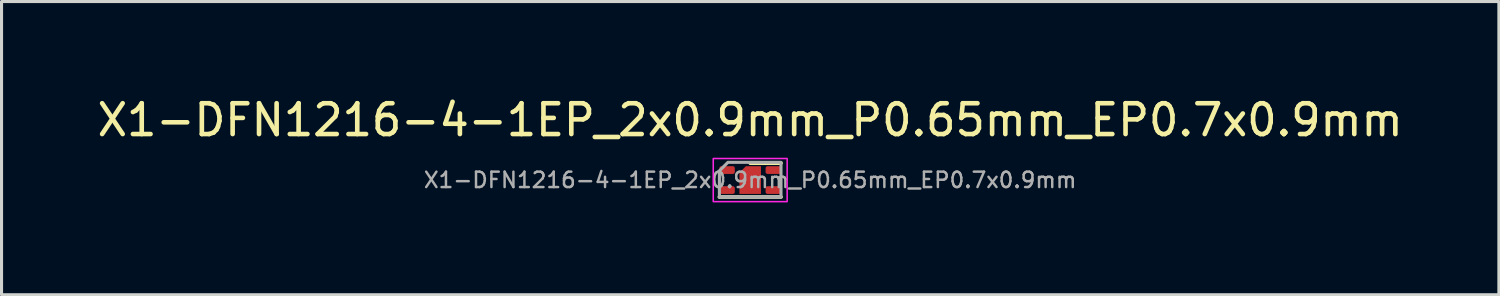
<source format=kicad_pcb>
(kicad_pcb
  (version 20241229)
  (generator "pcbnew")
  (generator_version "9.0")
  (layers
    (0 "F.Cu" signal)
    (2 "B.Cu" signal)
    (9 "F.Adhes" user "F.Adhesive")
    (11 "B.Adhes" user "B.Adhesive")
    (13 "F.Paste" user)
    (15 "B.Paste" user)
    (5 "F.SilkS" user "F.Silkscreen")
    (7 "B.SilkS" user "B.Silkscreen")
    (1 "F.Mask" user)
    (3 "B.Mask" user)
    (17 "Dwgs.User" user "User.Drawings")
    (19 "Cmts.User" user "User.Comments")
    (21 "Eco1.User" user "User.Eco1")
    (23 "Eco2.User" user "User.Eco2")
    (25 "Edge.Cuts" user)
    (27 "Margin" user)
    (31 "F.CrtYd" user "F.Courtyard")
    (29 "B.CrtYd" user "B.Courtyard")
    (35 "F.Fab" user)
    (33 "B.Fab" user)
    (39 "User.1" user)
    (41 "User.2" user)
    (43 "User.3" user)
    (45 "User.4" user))
  (footprint "X1-DFN1216-4-1EP_2x0.9mm_P0.65mm_EP0.7x0.9mm"
    (layer "F.Cu")
    (at 21.315 2.798)
    (property "Reference" "X1-DFN1216-4-1EP_2x0.9mm_P0.65mm_EP0.7x0.9mm" (at 0 -1.95 0) (layer "F.SilkS") (effects (font (size 1 1) (thickness 0.15))))
    (attr smd)
    (fp_line (start -1 0.55) (end 1 0.55) (stroke (width 0.12) (type solid)) (layer "F.SilkS"))
    (fp_line (start 0 -0.55) (end 1 -0.55) (stroke (width 0.12) (type solid)) (layer "F.SilkS"))
    (fp_rect (start -1.2 -0.7) (end 1.2 0.7) (stroke (width 0.05) (type default)) (fill no) (layer "F.CrtYd"))
    (fp_line (start 1 0.55) (end -1 0.55) (stroke (width 0.1) (type solid)) (layer "F.Fab"))
    (fp_poly (pts (xy -1 0.55) (xy 1 0.55) (xy 1 -0.575) (xy -0.725 -0.575) (xy -1 -0.3)) (stroke (width 0.1) (type solid)) (fill no) (layer "F.Fab"))
    (fp_text user "${REFERENCE}" (at 0 0 0) (layer "F.Fab") (effects (font (size 0.5 0.5) (thickness 0.08))))
    (pad "1" smd roundrect (at -0.75 -0.325) (size 0.5 0.25) (layers "F.Cu" "F.Mask" "F.Paste") (roundrect_rratio 0.25))
    (pad "2" smd roundrect (at -0.75 0.325) (size 0.5 0.25) (layers "F.Cu" "F.Mask" "F.Paste") (roundrect_rratio 0.25))
    (pad "3" smd roundrect (at 0.75 0.325) (size 0.5 0.25) (layers "F.Cu" "F.Mask" "F.Paste") (roundrect_rratio 0.25))
    (pad "4" smd roundrect (at 0.75 -0.325) (size 0.5 0.25) (layers "F.Cu" "F.Mask" "F.Paste") (roundrect_rratio 0.25))
    (pad "5" smd roundrect (at 0 0) (size 0.7 0.9) (layers "F.Cu" "F.Mask" "F.Paste") (roundrect_rratio 0) (chamfer_ratio 0.3) (chamfer top_left)))
  (gr_rect
    (start -3 -3)
    (end 45.631 6.523)
    (stroke (width 0.1) (type default))
    (fill no)
    (layer "Edge.Cuts")))
</source>
